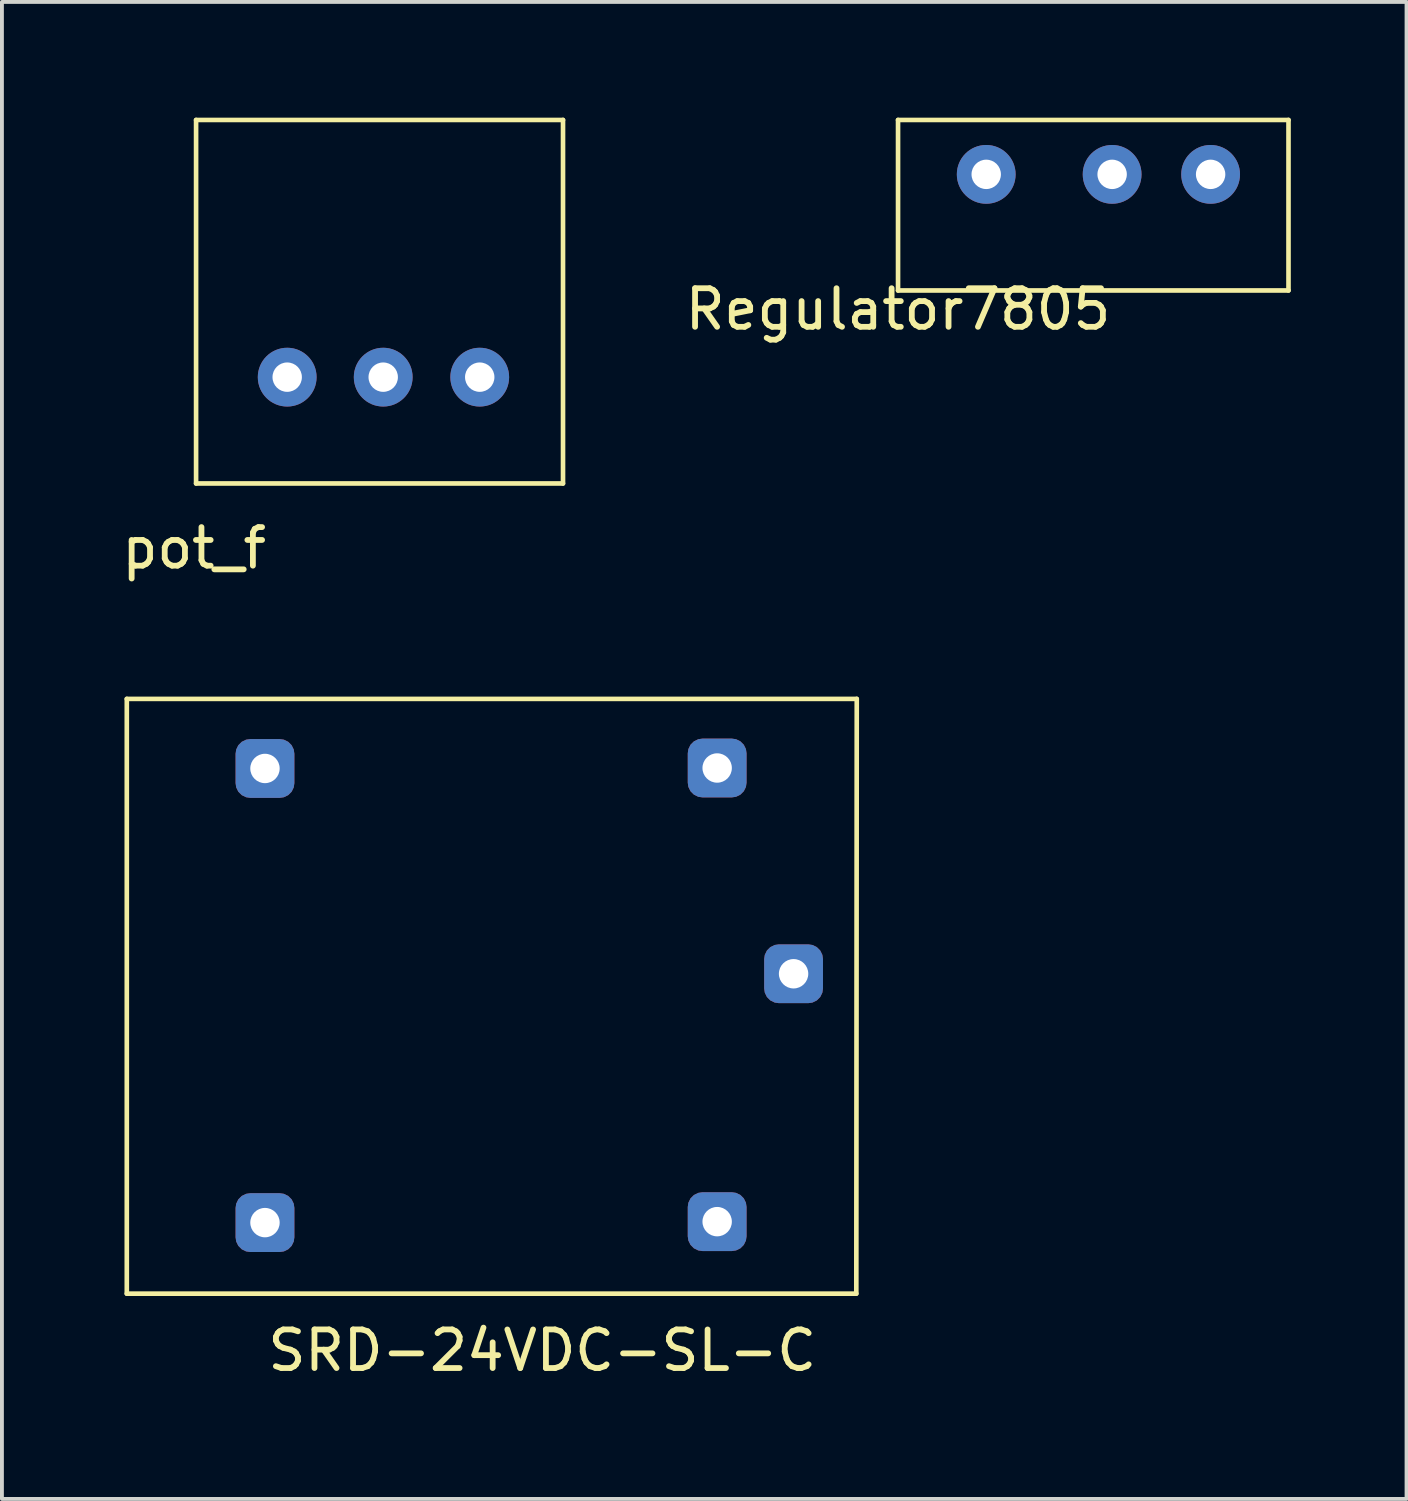
<source format=kicad_pcb>
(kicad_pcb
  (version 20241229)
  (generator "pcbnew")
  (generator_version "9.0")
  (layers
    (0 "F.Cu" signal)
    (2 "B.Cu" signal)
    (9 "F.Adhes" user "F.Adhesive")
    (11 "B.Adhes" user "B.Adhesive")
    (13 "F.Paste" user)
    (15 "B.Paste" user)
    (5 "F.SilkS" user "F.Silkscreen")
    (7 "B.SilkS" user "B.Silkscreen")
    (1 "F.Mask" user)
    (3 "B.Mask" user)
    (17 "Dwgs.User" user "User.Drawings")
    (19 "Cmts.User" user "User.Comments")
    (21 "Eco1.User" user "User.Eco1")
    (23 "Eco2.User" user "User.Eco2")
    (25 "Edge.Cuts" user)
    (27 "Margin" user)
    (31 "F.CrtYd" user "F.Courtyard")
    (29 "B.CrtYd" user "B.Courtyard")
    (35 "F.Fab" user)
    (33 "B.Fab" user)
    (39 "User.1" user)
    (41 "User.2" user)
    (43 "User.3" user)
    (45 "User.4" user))
  (footprint "pot_f"
    (layer "F.Cu")
    (at 2.033 9.483)
    (property "Reference" "pot_f" (at -0.051 1.676 0) (layer "F.SilkS") (effects (font (size 1 1) (thickness 0.15))))
    (attr through_hole)
    (fp_line (start 0 -9.423) (end 9.512 -9.423) (stroke (width 0.12) (type solid)) (layer "F.SilkS"))
    (fp_line (start 0 0) (end 0 -9.423) (stroke (width 0.12) (type solid)) (layer "F.SilkS"))
    (fp_line (start 9.512 -9.423) (end 9.512 0) (stroke (width 0.12) (type solid)) (layer "F.SilkS"))
    (fp_line (start 9.512 0) (end 0 0) (stroke (width 0.12) (type solid)) (layer "F.SilkS"))
    (pad "1" thru_hole circle (at 2.362 -2.756) (size 1.524 1.524) (drill 0.762) (layers "*.Cu" "*.Mask"))
    (pad "2" thru_hole circle (at 4.851 -2.756) (size 1.524 1.524) (drill 0.762) (layers "*.Cu" "*.Mask"))
    (pad "3" thru_hole circle (at 7.353 -2.756) (size 1.524 1.524) (drill 0.762) (layers "*.Cu" "*.Mask")))
  (footprint "SRD-24VDC-SL-C"
    (layer "F.Cu")
    (at 0.25 30.473)
    (property "Reference" "SRD-24VDC-SL-C" (at 10.757 1.486 0) (layer "F.SilkS") (effects (font (size 1 1) (thickness 0.15))))
    (attr through_hole)
    (fp_line (start -0.013 -15.405) (end 18.91 -15.405) (stroke (width 0.12) (type solid)) (layer "F.SilkS"))
    (fp_line (start -0.013 0.013) (end -0.013 -15.405) (stroke (width 0.12) (type solid)) (layer "F.SilkS"))
    (fp_line (start 18.898 0.013) (end -0.013 0.013) (stroke (width 0.12) (type solid)) (layer "F.SilkS"))
    (fp_line (start 18.91 -15.405) (end 18.898 0.013) (stroke (width 0.12) (type solid)) (layer "F.SilkS"))
    (pad "1" thru_hole roundrect (at 3.569 -13.602) (size 1.524 1.524) (drill 0.762) (layers "*.Cu" "*.Mask") (roundrect_rratio 0.25))
    (pad "2" thru_hole roundrect (at 3.569 -1.829) (size 1.524 1.524) (drill 0.762) (layers "*.Cu" "*.Mask") (roundrect_rratio 0.25))
    (pad "3" thru_hole roundrect (at 15.291 -13.614) (size 1.524 1.524) (drill 0.762) (layers "*.Cu" "*.Mask") (roundrect_rratio 0.25))
    (pad "4" thru_hole roundrect (at 17.272 -8.28) (size 1.524 1.524) (drill 0.762) (layers "*.Cu" "*.Mask") (roundrect_rratio 0.25))
    (pad "5" thru_hole roundrect (at 15.291 -1.854) (size 1.524 1.524) (drill 0.762) (layers "*.Cu" "*.Mask") (roundrect_rratio 0.25)))
  (footprint "Regulator7805"
    (layer "F.Cu")
    (at 20.23 4.467)
    (property "Reference" "Regulator7805" (at 0 0.5 0) (layer "F.SilkS") (effects (font (size 1 1) (thickness 0.15))))
    (attr through_hole)
    (fp_line (start 0 -4.407) (end 10.122 -4.407) (stroke (width 0.12) (type solid)) (layer "F.SilkS"))
    (fp_line (start 0 0.013) (end 0 -4.407) (stroke (width 0.12) (type solid)) (layer "F.SilkS"))
    (fp_line (start 10.122 -4.407) (end 10.122 0.013) (stroke (width 0.12) (type solid)) (layer "F.SilkS"))
    (fp_line (start 10.122 0.013) (end 0 0.013) (stroke (width 0.12) (type solid)) (layer "F.SilkS"))
    (pad "1" thru_hole circle (at 2.286 -2.997) (size 1.524 1.524) (drill 0.762) (layers "*.Cu" "*.Mask"))
    (pad "2" thru_hole circle (at 5.55 -2.997) (size 1.524 1.524) (drill 0.762) (layers "*.Cu" "*.Mask"))
    (pad "3" thru_hole circle (at 8.103 -2.997) (size 1.524 1.524) (drill 0.762) (layers "*.Cu" "*.Mask")))
  (gr_rect
    (start -3 -3)
    (end 33.412 35.807)
    (stroke (width 0.1) (type default))
    (fill no)
    (layer "Edge.Cuts")))
</source>
